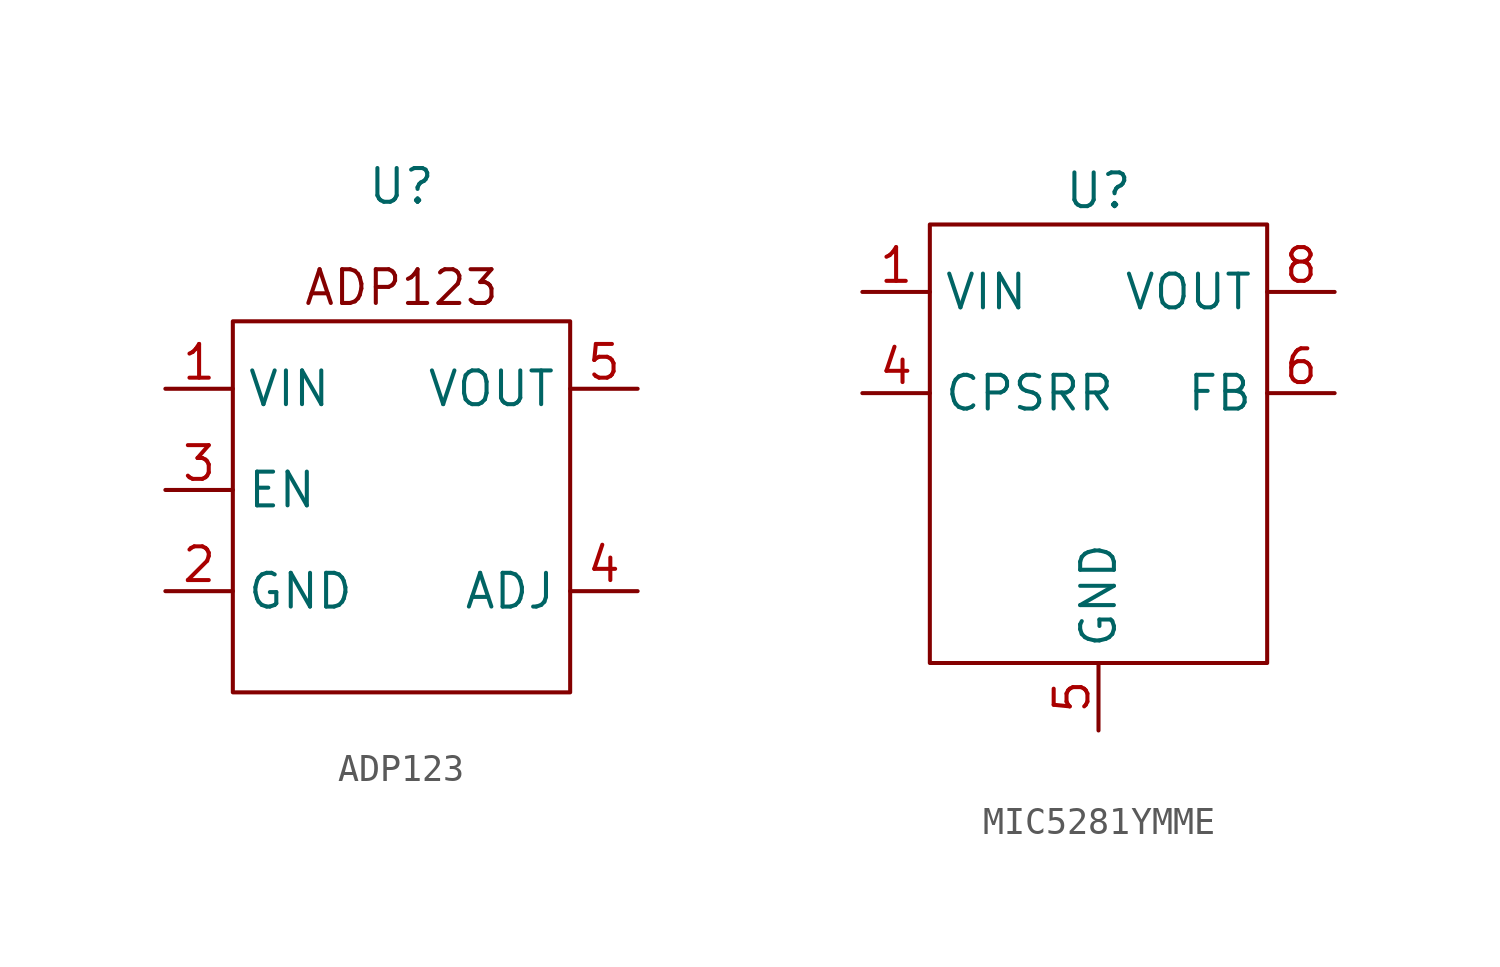
<source format=kicad_sym>
(kicad_symbol_lib
  (version 20220914)
  (generator kicad_symbol_editor)
  (symbol "ADP123"
    (property "Reference" "U"
      (at 0 10.16 0)
      (effects (font (size 1.27 1.27))))
    (property "Value" ""
      (at 0 0 0)
      (effects (font (size 1.27 1.27))))
    (symbol "ADP123_0_1"
      (rectangle (start -6.35 5.08) (end 6.35 -8.89) (stroke (width 0) (type default)) (fill (type none))))
    (symbol "ADP123_1_1"
      (text "ADP123" (at 0 6.35 0) (effects (font (size 1.27 1.27))))
      (pin power_in line (at -8.89 2.54 0) (length 2.54) (name "VIN" (effects (font (size 1.27 1.27)))) (number "1" (effects (font (size 1.27 1.27)))))
      (pin power_in line (at -8.89 -5.08 0) (length 2.54) (name "GND" (effects (font (size 1.27 1.27)))) (number "2" (effects (font (size 1.27 1.27)))))
      (pin power_in line (at -8.89 -1.27 0) (length 2.54) (name "EN" (effects (font (size 1.27 1.27)))) (number "3" (effects (font (size 1.27 1.27)))))
      (pin power_in line (at 8.89 -5.08 180) (length 2.54) (name "ADJ" (effects (font (size 1.27 1.27)))) (number "4" (effects (font (size 1.27 1.27)))))
      (pin power_in line (at 8.89 2.54 180) (length 2.54) (name "VOUT" (effects (font (size 1.27 1.27)))) (number "5" (effects (font (size 1.27 1.27)))))))
  (symbol "MIC5281YMME"
    (property "Reference" "U"
      (at 0 3.81 0)
      (effects (font (size 1.27 1.27))))
    (property "Value" ""
      (at 0 0 0)
      (effects (font (size 1.27 1.27))))
    (symbol "MIC5281YMME_0_1"
      (rectangle (start -6.35 2.54) (end 6.35 -13.97) (stroke (width 0) (type default)) (fill (type none))))
    (symbol "MIC5281YMME_1_1"
      (pin power_in line (at -8.89 0 0) (length 2.54) (name "VIN" (effects (font (size 1.27 1.27)))) (number "1" (effects (font (size 1.27 1.27)))))
      (pin power_in line (at -8.89 -3.81 0) (length 2.54) (name "CPSRR" (effects (font (size 1.27 1.27)))) (number "4" (effects (font (size 1.27 1.27)))))
      (pin output line (at 0 -16.51 90) (length 2.54) (name "GND" (effects (font (size 1.27 1.27)))) (number "5" (effects (font (size 1.27 1.27)))))
      (pin power_in line (at 8.89 -3.81 180) (length 2.54) (name "FB" (effects (font (size 1.27 1.27)))) (number "6" (effects (font (size 1.27 1.27)))))
      (pin power_in line (at 8.89 0 180) (length 2.54) (name "VOUT" (effects (font (size 1.27 1.27)))) (number "8" (effects (font (size 1.27 1.27))))))))
</source>
